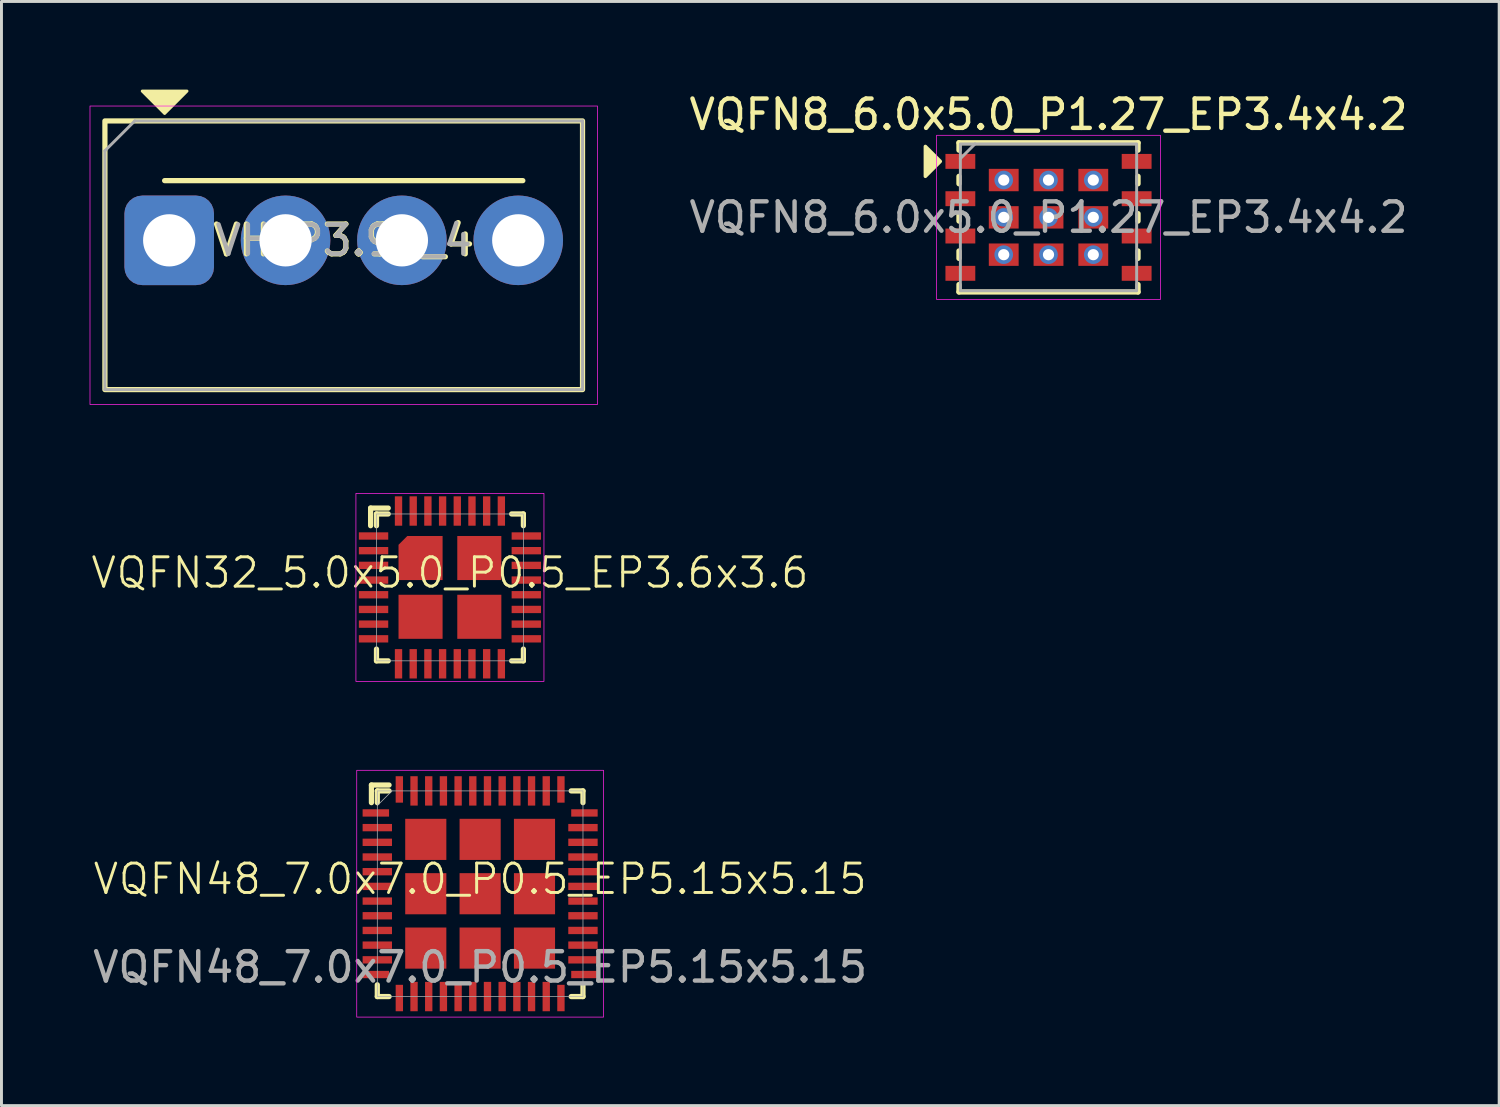
<source format=kicad_pcb>
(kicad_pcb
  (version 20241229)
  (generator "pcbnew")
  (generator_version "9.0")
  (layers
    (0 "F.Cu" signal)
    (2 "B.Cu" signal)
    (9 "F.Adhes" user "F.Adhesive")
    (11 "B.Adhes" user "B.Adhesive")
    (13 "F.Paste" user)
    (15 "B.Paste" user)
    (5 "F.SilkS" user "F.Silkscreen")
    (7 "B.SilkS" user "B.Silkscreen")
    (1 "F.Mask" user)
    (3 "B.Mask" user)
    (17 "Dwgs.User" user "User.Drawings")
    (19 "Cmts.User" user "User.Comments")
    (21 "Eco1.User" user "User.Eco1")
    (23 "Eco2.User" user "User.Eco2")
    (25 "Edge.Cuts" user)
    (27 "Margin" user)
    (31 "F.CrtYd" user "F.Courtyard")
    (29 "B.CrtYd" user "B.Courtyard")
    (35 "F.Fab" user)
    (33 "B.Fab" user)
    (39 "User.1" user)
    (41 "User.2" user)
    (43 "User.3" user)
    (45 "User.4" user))
  (footprint "VQFN48_7.0x7.0_P0.5_EP5.15x5.15"
    (layer "F.Cu")
    (at 13.292 27.369)
    (property "Reference" "VQFN48_7.0x7.0_P0.5_EP5.15x5.15" (at 0 -0.5 0) (unlocked yes) (layer "F.SilkS") (effects (font (size 1 1) (thickness 0.1))))
    (attr smd)
    (fp_line (start -3.7 -3.7) (end -3.1 -3.7) (stroke (width 0.178) (type default)) (layer "F.SilkS"))
    (fp_line (start -3.7 -3.1) (end -3.7 -3.7) (stroke (width 0.178) (type default)) (layer "F.SilkS"))
    (fp_line (start -3.5 -3.1) (end -3.5 -3.5) (stroke (width 0.178) (type default)) (layer "F.SilkS"))
    (fp_line (start -3.5 3.1) (end -3.5 3.5) (stroke (width 0.178) (type default)) (layer "F.SilkS"))
    (fp_line (start -3.1 -3.5) (end -3.5 -3.5) (stroke (width 0.178) (type default)) (layer "F.SilkS"))
    (fp_line (start -3.1 3.5) (end -3.5 3.5) (stroke (width 0.178) (type default)) (layer "F.SilkS"))
    (fp_line (start 3.1 -3.5) (end 3.5 -3.5) (stroke (width 0.178) (type default)) (layer "F.SilkS"))
    (fp_line (start 3.1 3.5) (end 3.5 3.5) (stroke (width 0.178) (type default)) (layer "F.SilkS"))
    (fp_line (start 3.5 -3.1) (end 3.5 -3.5) (stroke (width 0.178) (type default)) (layer "F.SilkS"))
    (fp_line (start 3.5 3.1) (end 3.5 3.5) (stroke (width 0.178) (type default)) (layer "F.SilkS"))
    (fp_rect (start -4.2 -4.2) (end 4.2 4.2) (stroke (width 0.025) (type default)) (fill no) (layer "F.CrtYd"))
    (fp_line (start -3.5 -3) (end -3 -3.5) (stroke (width 0.025) (type default)) (layer "F.Fab"))
    (fp_rect (start -3.5 -3.5) (end 3.5 3.5) (stroke (width 0.025) (type default)) (fill no) (layer "F.Fab"))
    (fp_text user "${REFERENCE}" (at 0 2.5 0) (unlocked yes) (layer "F.Fab") (effects (font (size 1 1) (thickness 0.15))))
    (pad "1" smd rect (at -3.55 -2.75) (size 0.9 0.25) (layers "F.Cu" "F.Mask" "F.Paste"))
    (pad "2" smd rect (at -3.5 -2.25) (size 1 0.25) (layers "F.Cu" "F.Mask" "F.Paste"))
    (pad "3" smd rect (at -3.5 -1.75) (size 1 0.25) (layers "F.Cu" "F.Mask" "F.Paste"))
    (pad "4" smd rect (at -3.5 -1.25) (size 1 0.25) (layers "F.Cu" "F.Mask" "F.Paste"))
    (pad "5" smd rect (at -3.5 -0.75) (size 1 0.25) (layers "F.Cu" "F.Mask" "F.Paste"))
    (pad "6" smd rect (at -3.5 -0.25) (size 1 0.25) (layers "F.Cu" "F.Mask" "F.Paste"))
    (pad "7" smd rect (at -3.5 0.25) (size 1 0.25) (layers "F.Cu" "F.Mask" "F.Paste"))
    (pad "8" smd rect (at -3.5 0.75) (size 1 0.25) (layers "F.Cu" "F.Mask" "F.Paste"))
    (pad "9" smd rect (at -3.5 1.25) (size 1 0.25) (layers "F.Cu" "F.Mask" "F.Paste"))
    (pad "10" smd rect (at -3.5 1.75) (size 1 0.25) (layers "F.Cu" "F.Mask" "F.Paste"))
    (pad "11" smd rect (at -3.5 2.25) (size 1 0.25) (layers "F.Cu" "F.Mask" "F.Paste"))
    (pad "12" smd rect (at -3.55 2.75) (size 0.9 0.25) (layers "F.Cu" "F.Mask" "F.Paste"))
    (pad "13" smd rect (at -2.75 3.55) (size 0.25 0.9) (layers "F.Cu" "F.Mask" "F.Paste"))
    (pad "14" smd rect (at -2.25 3.5) (size 0.25 1) (layers "F.Cu" "F.Mask" "F.Paste"))
    (pad "15" smd rect (at -1.75 3.5) (size 0.25 1) (layers "F.Cu" "F.Mask" "F.Paste"))
    (pad "16" smd rect (at -1.25 3.5) (size 0.25 1) (layers "F.Cu" "F.Mask" "F.Paste"))
    (pad "17" smd rect (at -0.75 3.5) (size 0.25 1) (layers "F.Cu" "F.Mask" "F.Paste"))
    (pad "18" smd rect (at -0.25 3.5) (size 0.25 1) (layers "F.Cu" "F.Mask" "F.Paste"))
    (pad "19" smd rect (at 0.25 3.5) (size 0.25 1) (layers "F.Cu" "F.Mask" "F.Paste"))
    (pad "20" smd rect (at 0.75 3.5) (size 0.25 1) (layers "F.Cu" "F.Mask" "F.Paste"))
    (pad "21" smd rect (at 1.25 3.5) (size 0.25 1) (layers "F.Cu" "F.Mask" "F.Paste"))
    (pad "22" smd rect (at 1.75 3.5) (size 0.25 1) (layers "F.Cu" "F.Mask" "F.Paste"))
    (pad "23" smd rect (at 2.25 3.5) (size 0.25 1) (layers "F.Cu" "F.Mask" "F.Paste"))
    (pad "24" smd rect (at 2.75 3.55) (size 0.25 0.9) (layers "F.Cu" "F.Mask" "F.Paste"))
    (pad "25" smd rect (at 3.55 2.75) (size 0.9 0.25) (layers "F.Cu" "F.Mask" "F.Paste"))
    (pad "26" smd rect (at 3.5 2.25) (size 1 0.25) (layers "F.Cu" "F.Mask" "F.Paste"))
    (pad "27" smd rect (at 3.5 1.75) (size 1 0.25) (layers "F.Cu" "F.Mask" "F.Paste"))
    (pad "28" smd rect (at 3.5 1.25) (size 1 0.25) (layers "F.Cu" "F.Mask" "F.Paste"))
    (pad "29" smd rect (at 3.5 0.75) (size 1 0.25) (layers "F.Cu" "F.Mask" "F.Paste"))
    (pad "30" smd rect (at 3.5 0.25) (size 1 0.25) (layers "F.Cu" "F.Mask" "F.Paste"))
    (pad "31" smd rect (at 3.5 -0.25) (size 1 0.25) (layers "F.Cu" "F.Mask" "F.Paste"))
    (pad "32" smd rect (at 3.5 -0.75) (size 1 0.25) (layers "F.Cu" "F.Mask" "F.Paste"))
    (pad "33" smd rect (at 3.5 -1.25) (size 1 0.25) (layers "F.Cu" "F.Mask" "F.Paste"))
    (pad "34" smd rect (at 3.5 -1.75) (size 1 0.25) (layers "F.Cu" "F.Mask" "F.Paste"))
    (pad "35" smd rect (at 3.5 -2.25) (size 1 0.25) (layers "F.Cu" "F.Mask" "F.Paste"))
    (pad "36" smd rect (at 3.55 -2.75) (size 0.9 0.25) (layers "F.Cu" "F.Mask" "F.Paste"))
    (pad "37" smd rect (at 2.75 -3.55) (size 0.25 0.9) (layers "F.Cu" "F.Mask" "F.Paste"))
    (pad "38" smd rect (at 2.25 -3.5) (size 0.25 1) (layers "F.Cu" "F.Mask" "F.Paste"))
    (pad "39" smd rect (at 1.75 -3.5) (size 0.25 1) (layers "F.Cu" "F.Mask" "F.Paste"))
    (pad "40" smd rect (at 1.25 -3.5) (size 0.25 1) (layers "F.Cu" "F.Mask" "F.Paste"))
    (pad "41" smd rect (at 0.75 -3.5) (size 0.25 1) (layers "F.Cu" "F.Mask" "F.Paste"))
    (pad "42" smd rect (at 0.25 -3.5) (size 0.25 1) (layers "F.Cu" "F.Mask" "F.Paste"))
    (pad "43" smd rect (at -0.25 -3.5) (size 0.25 1) (layers "F.Cu" "F.Mask" "F.Paste"))
    (pad "44" smd rect (at -0.75 -3.5) (size 0.25 1) (layers "F.Cu" "F.Mask" "F.Paste"))
    (pad "45" smd rect (at -1.25 -3.5) (size 0.25 1) (layers "F.Cu" "F.Mask" "F.Paste"))
    (pad "46" smd rect (at -1.75 -3.5) (size 0.25 1) (layers "F.Cu" "F.Mask" "F.Paste"))
    (pad "47" smd rect (at -2.25 -3.5) (size 0.25 1) (layers "F.Cu" "F.Mask" "F.Paste"))
    (pad "48" smd rect (at -2.75 -3.55) (size 0.25 0.9) (layers "F.Cu" "F.Mask" "F.Paste"))
    (pad "49" smd rect (at -1.85 -1.85) (size 1.4 1.4) (layers "F.Cu" "F.Mask" "F.Paste"))
    (pad "49" smd rect (at -1.85 0) (size 1.4 1.4) (layers "F.Cu" "F.Mask" "F.Paste"))
    (pad "49" smd rect (at -1.85 1.85) (size 1.4 1.4) (layers "F.Cu" "F.Mask" "F.Paste"))
    (pad "49" smd rect (at 0 -1.85) (size 1.4 1.4) (layers "F.Cu" "F.Mask" "F.Paste"))
    (pad "49" smd rect (at 0 0) (size 1.4 1.4) (layers "F.Cu" "F.Mask" "F.Paste"))
    (pad "49" smd rect (at 0 1.85) (size 1.4 1.4) (layers "F.Cu" "F.Mask" "F.Paste"))
    (pad "49" smd rect (at 1.85 -1.85) (size 1.4 1.4) (layers "F.Cu" "F.Mask" "F.Paste"))
    (pad "49" smd rect (at 1.85 0) (size 1.4 1.4) (layers "F.Cu" "F.Mask" "F.Paste"))
    (pad "49" smd rect (at 1.85 1.85) (size 1.4 1.4) (layers "F.Cu" "F.Mask" "F.Paste")))
  (footprint "VH_P3.96_4"
    (layer "F.Cu")
    (at 8.649 5.13)
    (property "Reference" "VH_P3.96_4" (at 0 0 0) (layer "F.SilkS") (effects (font (size 1.016 1.016) (thickness 0.178))))
    (attr through_hole)
    (fp_line (start -6.096 -2.032) (end 6.096 -2.032) (stroke (width 0.178) (type solid)) (layer "F.SilkS"))
    (fp_rect (start -8.128 -4.064) (end 8.128 5.08) (stroke (width 0.178) (type solid)) (fill no) (layer "F.SilkS"))
    (fp_poly (pts (xy -6.096 -4.318) (xy -6.858 -5.08) (xy -5.334 -5.08)) (stroke (width 0.1) (type solid)) (fill yes) (layer "F.SilkS"))
    (fp_rect (start -8.636 5.588) (end 8.636 -4.572) (stroke (width 0.025) (type solid)) (fill no) (layer "F.CrtYd"))
    (fp_line (start -8.128 -3.048) (end -7.112 -4.064) (stroke (width 0.1) (type solid)) (layer "F.Fab"))
    (fp_line (start -8.128 5.08) (end -8.128 -3.048) (stroke (width 0.1) (type solid)) (layer "F.Fab"))
    (fp_line (start -7.112 -4.064) (end 8.128 -4.064) (stroke (width 0.1) (type solid)) (layer "F.Fab"))
    (fp_line (start 8.128 -4.064) (end 8.128 5.08) (stroke (width 0.1) (type solid)) (layer "F.Fab"))
    (fp_line (start 8.128 5.08) (end -8.128 5.08) (stroke (width 0.1) (type solid)) (layer "F.Fab"))
    (fp_text user "${REFERENCE}" (at 0 0 0) (layer "F.Fab") (effects (font (size 1 1) (thickness 0.15))))
    (pad "1" thru_hole roundrect (at -5.94 0) (size 3.048 3.048) (drill 1.778) (layers "*.Cu" "*.Mask") (roundrect_rratio 0.2))
    (pad "2" thru_hole circle (at -1.98 0) (size 3.048 3.048) (drill 1.778) (layers "*.Cu" "*.Mask"))
    (pad "3" thru_hole circle (at 1.98 0) (size 3.048 3.048) (drill 1.778) (layers "*.Cu" "*.Mask"))
    (pad "4" thru_hole circle (at 5.94 0) (size 3.048 3.048) (drill 1.778) (layers "*.Cu" "*.Mask")))
  (footprint "VQFN32_5.0x5.0_P0.5_EP3.6x3.6"
    (layer "F.Cu")
    (at 12.264 16.943)
    (property "Reference" "VQFN32_5.0x5.0_P0.5_EP3.6x3.6" (at 0 -0.5 0) (unlocked yes) (layer "F.SilkS") (effects (font (size 1 1) (thickness 0.1))))
    (attr smd)
    (fp_line (start -2.7 -2.7) (end -2.1 -2.7) (stroke (width 0.178) (type default)) (layer "F.SilkS"))
    (fp_line (start -2.7 -2.1) (end -2.7 -2.7) (stroke (width 0.178) (type default)) (layer "F.SilkS"))
    (fp_line (start -2.5 -2.5) (end -2.1 -2.5) (stroke (width 0.178) (type default)) (layer "F.SilkS"))
    (fp_line (start -2.5 -2.1) (end -2.5 -2.5) (stroke (width 0.178) (type default)) (layer "F.SilkS"))
    (fp_line (start -2.5 2.5) (end -2.5 2.1) (stroke (width 0.178) (type default)) (layer "F.SilkS"))
    (fp_line (start -2.1 2.5) (end -2.5 2.5) (stroke (width 0.178) (type default)) (layer "F.SilkS"))
    (fp_line (start 2.1 -2.5) (end 2.5 -2.5) (stroke (width 0.178) (type default)) (layer "F.SilkS"))
    (fp_line (start 2.5 -2.5) (end 2.5 -2.1) (stroke (width 0.178) (type default)) (layer "F.SilkS"))
    (fp_line (start 2.5 2.1) (end 2.5 2.5) (stroke (width 0.178) (type default)) (layer "F.SilkS"))
    (fp_line (start 2.5 2.5) (end 2.1 2.5) (stroke (width 0.178) (type default)) (layer "F.SilkS"))
    (fp_rect (start -3.2 3.2) (end 3.2 -3.2) (stroke (width 0.025) (type default)) (fill no) (layer "F.CrtYd"))
    (fp_rect (start -2.5 2.5) (end 2.5 -2.5) (stroke (width 0.025) (type default)) (fill no) (layer "F.Fab"))
    (pad "1" smd rect (at -2.6 -1.75) (size 1 0.25) (layers "F.Cu" "F.Mask" "F.Paste"))
    (pad "2" smd rect (at -2.6 -1.25) (size 1 0.25) (layers "F.Cu" "F.Mask" "F.Paste"))
    (pad "3" smd rect (at -2.6 -0.75) (size 1 0.25) (layers "F.Cu" "F.Mask" "F.Paste"))
    (pad "4" smd rect (at -2.6 -0.25) (size 1 0.25) (layers "F.Cu" "F.Mask" "F.Paste"))
    (pad "5" smd rect (at -2.6 0.25) (size 1 0.25) (layers "F.Cu" "F.Mask" "F.Paste"))
    (pad "6" smd rect (at -2.6 0.75) (size 1 0.25) (layers "F.Cu" "F.Mask" "F.Paste"))
    (pad "7" smd rect (at -2.6 1.25) (size 1 0.25) (layers "F.Cu" "F.Mask" "F.Paste"))
    (pad "8" smd rect (at -2.6 1.75) (size 1 0.25) (layers "F.Cu" "F.Mask" "F.Paste"))
    (pad "9" smd rect (at -1.75 2.6) (size 0.25 1) (layers "F.Cu" "F.Mask" "F.Paste"))
    (pad "10" smd rect (at -1.25 2.6) (size 0.25 1) (layers "F.Cu" "F.Mask" "F.Paste"))
    (pad "11" smd rect (at -0.75 2.6) (size 0.25 1) (layers "F.Cu" "F.Mask" "F.Paste"))
    (pad "12" smd rect (at -0.25 2.6) (size 0.25 1) (layers "F.Cu" "F.Mask" "F.Paste"))
    (pad "13" smd rect (at 0.25 2.6) (size 0.25 1) (layers "F.Cu" "F.Mask" "F.Paste"))
    (pad "14" smd rect (at 0.75 2.6) (size 0.25 1) (layers "F.Cu" "F.Mask" "F.Paste"))
    (pad "15" smd rect (at 1.25 2.6) (size 0.25 1) (layers "F.Cu" "F.Mask" "F.Paste"))
    (pad "16" smd rect (at 1.75 2.6) (size 0.25 1) (layers "F.Cu" "F.Mask" "F.Paste"))
    (pad "17" smd rect (at 2.6 1.75) (size 1 0.25) (layers "F.Cu" "F.Mask" "F.Paste"))
    (pad "18" smd rect (at 2.6 1.25) (size 1 0.25) (layers "F.Cu" "F.Mask" "F.Paste"))
    (pad "19" smd rect (at 2.6 0.75) (size 1 0.25) (layers "F.Cu" "F.Mask" "F.Paste"))
    (pad "20" smd rect (at 2.6 0.25) (size 1 0.25) (layers "F.Cu" "F.Mask" "F.Paste"))
    (pad "21" smd rect (at 2.6 -0.25) (size 1 0.25) (layers "F.Cu" "F.Mask" "F.Paste"))
    (pad "22" smd rect (at 2.6 -0.75) (size 1 0.25) (layers "F.Cu" "F.Mask" "F.Paste"))
    (pad "23" smd rect (at 2.6 -1.25) (size 1 0.25) (layers "F.Cu" "F.Mask" "F.Paste"))
    (pad "24" smd rect (at 2.6 -1.75) (size 1 0.25) (layers "F.Cu" "F.Mask" "F.Paste"))
    (pad "25" smd rect (at 1.75 -2.6) (size 0.25 1) (layers "F.Cu" "F.Mask" "F.Paste"))
    (pad "26" smd rect (at 1.25 -2.6) (size 0.25 1) (layers "F.Cu" "F.Mask" "F.Paste"))
    (pad "27" smd rect (at 0.75 -2.6) (size 0.25 1) (layers "F.Cu" "F.Mask" "F.Paste"))
    (pad "28" smd rect (at 0.25 -2.6) (size 0.25 1) (layers "F.Cu" "F.Mask" "F.Paste"))
    (pad "29" smd rect (at -0.25 -2.6) (size 0.25 1) (layers "F.Cu" "F.Mask" "F.Paste"))
    (pad "30" smd rect (at -0.75 -2.6) (size 0.25 1) (layers "F.Cu" "F.Mask" "F.Paste"))
    (pad "31" smd rect (at -1.25 -2.6) (size 0.25 1) (layers "F.Cu" "F.Mask" "F.Paste"))
    (pad "32" smd rect (at -1.75 -2.6) (size 0.25 1) (layers "F.Cu" "F.Mask" "F.Paste"))
    (pad "33" smd roundrect (at -1 -1) (size 1.5 1.5) (layers "F.Cu" "F.Mask" "F.Paste") (roundrect_rratio 0) (chamfer_ratio 0.2) (chamfer top_left))
    (pad "33" smd rect (at -1 1) (size 1.5 1.5) (layers "F.Cu" "F.Mask" "F.Paste"))
    (pad "33" smd rect (at 1 -1) (size 1.5 1.5) (layers "F.Cu" "F.Mask" "F.Paste"))
    (pad "33" smd rect (at 1 1) (size 1.5 1.5) (layers "F.Cu" "F.Mask" "F.Paste")))
  (footprint "VQFN8_6.0x5.0_P1.27_EP3.4x4.2"
    (layer "F.Cu")
    (at 32.637 4.348)
    (property "Reference" "VQFN8_6.0x5.0_P1.27_EP3.4x4.2" (at 0 -3.5 0) (unlocked yes) (layer "F.SilkS") (effects (font (size 1 1) (thickness 0.15))))
    (attr smd)
    (fp_line (start -3.048 -2.54) (end 3.048 -2.54) (stroke (width 0.178) (type solid)) (layer "F.SilkS"))
    (fp_line (start -3.048 -2.286) (end -3.048 -2.54) (stroke (width 0.178) (type solid)) (layer "F.SilkS"))
    (fp_line (start -3.048 -1.397) (end -3.048 -1.143) (stroke (width 0.178) (type solid)) (layer "F.SilkS"))
    (fp_line (start -3.048 -0.127) (end -3.048 0.127) (stroke (width 0.178) (type solid)) (layer "F.SilkS"))
    (fp_line (start -3.048 1.143) (end -3.048 1.397) (stroke (width 0.178) (type solid)) (layer "F.SilkS"))
    (fp_line (start -3.048 2.54) (end -3.048 2.286) (stroke (width 0.178) (type solid)) (layer "F.SilkS"))
    (fp_line (start 3.048 -2.54) (end 3.048 -2.286) (stroke (width 0.178) (type solid)) (layer "F.SilkS"))
    (fp_line (start 3.048 -1.143) (end 3.048 -1.397) (stroke (width 0.178) (type solid)) (layer "F.SilkS"))
    (fp_line (start 3.048 0.127) (end 3.048 -0.127) (stroke (width 0.178) (type solid)) (layer "F.SilkS"))
    (fp_line (start 3.048 1.397) (end 3.048 1.143) (stroke (width 0.178) (type solid)) (layer "F.SilkS"))
    (fp_line (start 3.048 2.286) (end 3.048 2.54) (stroke (width 0.178) (type solid)) (layer "F.SilkS"))
    (fp_line (start 3.048 2.54) (end -3.048 2.54) (stroke (width 0.178) (type solid)) (layer "F.SilkS"))
    (fp_poly (pts (xy -3.683 -1.905) (xy -4.191 -1.397) (xy -4.191 -2.413)) (stroke (width 0.12) (type solid)) (fill yes) (layer "F.SilkS"))
    (fp_rect (start -3.81 -2.794) (end 3.81 2.794) (stroke (width 0.025) (type solid)) (fill no) (layer "F.CrtYd"))
    (fp_line (start -3 -2) (end -2.5 -2.5) (stroke (width 0.1) (type solid)) (layer "F.Fab"))
    (fp_rect (start -3 -2.5) (end 3 2.5) (stroke (width 0.1) (type solid)) (fill no) (layer "F.Fab"))
    (fp_text user "${REFERENCE}" (at 0 0 0) (unlocked yes) (layer "F.Fab") (effects (font (size 1 1) (thickness 0.15))))
    (pad "1" smd rect (at -3 -1.905) (size 1.016 0.508) (layers "F.Cu" "F.Mask" "F.Paste"))
    (pad "2" smd rect (at -3 -0.635) (size 1.016 0.508) (layers "F.Cu" "F.Mask" "F.Paste"))
    (pad "3" smd rect (at -3 0.635) (size 1.016 0.508) (layers "F.Cu" "F.Mask" "F.Paste"))
    (pad "4" smd rect (at -3 1.905) (size 1.016 0.508) (layers "F.Cu" "F.Mask" "F.Paste"))
    (pad "5" smd rect (at 3 1.905) (size 1.016 0.508) (layers "F.Cu" "F.Mask" "F.Paste"))
    (pad "6" smd rect (at 3 0.635) (size 1.016 0.508) (layers "F.Cu" "F.Mask" "F.Paste"))
    (pad "7" smd rect (at 3 -0.635) (size 1.016 0.508) (layers "F.Cu" "F.Mask" "F.Paste"))
    (pad "8" smd rect (at 3 -1.905) (size 1.016 0.508) (layers "F.Cu" "F.Mask" "F.Paste"))
    (pad "9" thru_hole circle (at -1.524 -1.27) (size 0.635 0.635) (drill 0.381) (layers "*.Cu" "*.Mask"))
    (pad "9" smd rect (at -1.524 -1.27) (size 1.016 0.762) (layers "F.Cu" "F.Mask" "F.Paste"))
    (pad "9" thru_hole circle (at -1.524 0) (size 0.635 0.635) (drill 0.381) (layers "*.Cu" "*.Mask"))
    (pad "9" smd rect (at -1.524 0) (size 1.016 0.762) (layers "F.Cu" "F.Mask" "F.Paste"))
    (pad "9" thru_hole circle (at -1.524 1.27) (size 0.635 0.635) (drill 0.381) (layers "*.Cu" "*.Mask"))
    (pad "9" smd rect (at -1.524 1.27) (size 1.016 0.762) (layers "F.Cu" "F.Mask" "F.Paste"))
    (pad "9" thru_hole circle (at 0 -1.27) (size 0.635 0.635) (drill 0.381) (layers "*.Cu" "*.Mask"))
    (pad "9" smd rect (at 0 -1.27) (size 1.016 0.762) (layers "F.Cu" "F.Mask" "F.Paste"))
    (pad "9" thru_hole circle (at 0 0) (size 0.635 0.635) (drill 0.381) (layers "*.Cu" "*.Mask"))
    (pad "9" smd rect (at 0 0) (size 1.016 0.762) (layers "F.Cu" "F.Mask" "F.Paste"))
    (pad "9" thru_hole circle (at 0 1.27) (size 0.635 0.635) (drill 0.381) (layers "*.Cu" "*.Mask"))
    (pad "9" smd rect (at 0 1.27) (size 1.016 0.762) (layers "F.Cu" "F.Mask" "F.Paste"))
    (pad "9" thru_hole circle (at 1.524 -1.27) (size 0.635 0.635) (drill 0.381) (layers "*.Cu" "*.Mask"))
    (pad "9" smd rect (at 1.524 -1.27) (size 1.016 0.762) (layers "F.Cu" "F.Mask" "F.Paste"))
    (pad "9" thru_hole circle (at 1.524 0) (size 0.635 0.635) (drill 0.381) (layers "*.Cu" "*.Mask"))
    (pad "9" smd rect (at 1.524 0) (size 1.016 0.762) (layers "F.Cu" "F.Mask" "F.Paste"))
    (pad "9" thru_hole circle (at 1.524 1.27) (size 0.635 0.635) (drill 0.381) (layers "*.Cu" "*.Mask"))
    (pad "9" smd rect (at 1.524 1.27) (size 1.016 0.762) (layers "F.Cu" "F.Mask" "F.Paste")))
  (gr_rect
    (start -3 -3)
    (end 47.976 34.581)
    (stroke (width 0.1) (type default))
    (fill no)
    (layer "Edge.Cuts")))
</source>
